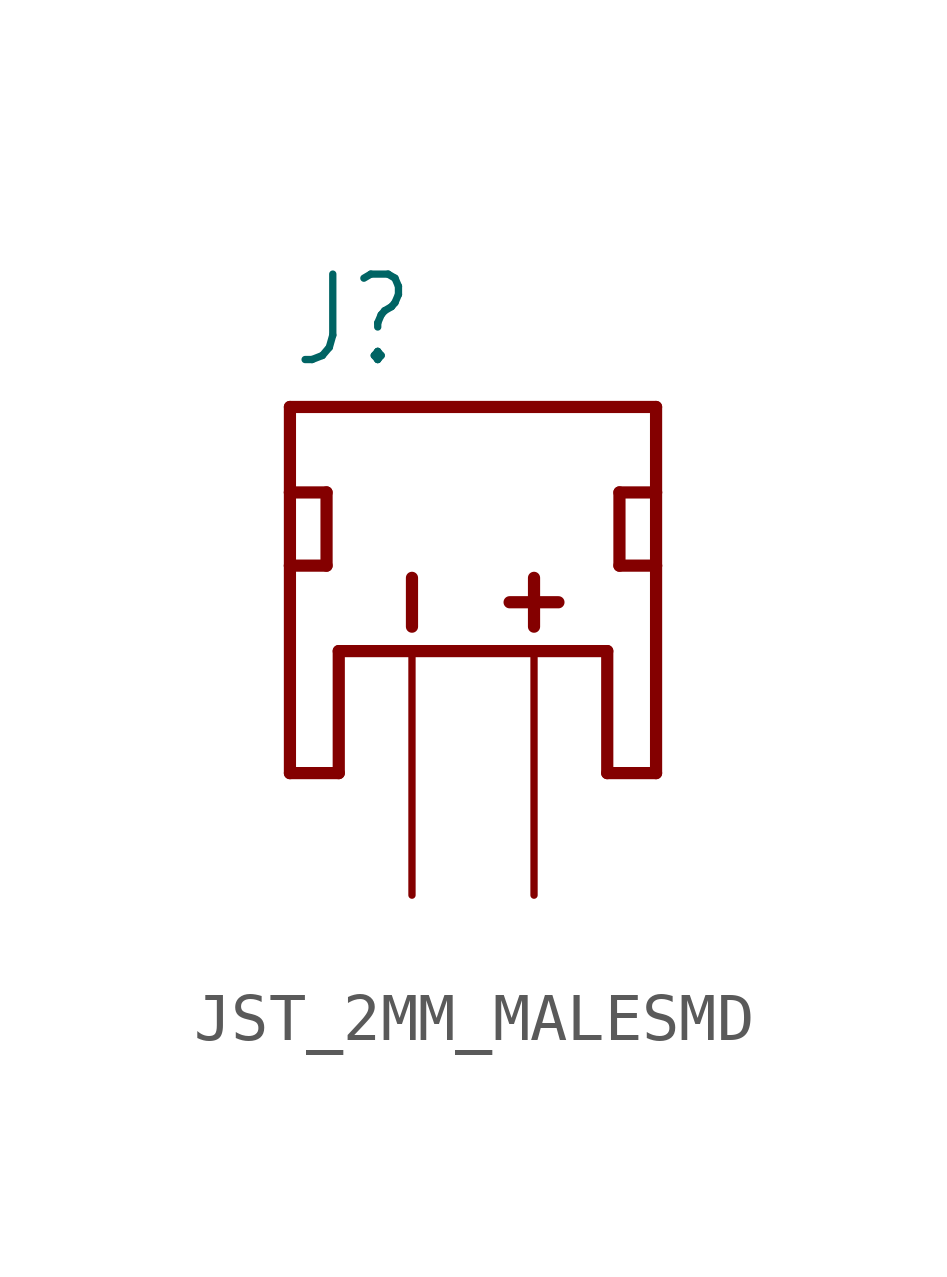
<source format=kicad_sym>
(kicad_symbol_lib
  (version 20211014)
  (generator kicad_symbol_editor)
  (symbol "JST_2MM_MALESMD"
    (property "Reference" "J"
      (at -2.54 5.842 0)
      (effects (font (size 1.778 1.511)) (justify left bottom)))
    (property "ki_locked" ""
      (at 0 0 0)
      (effects (font (size 1.27 1.27))))
    (symbol "JST_2MM_MALESMD_1_0"
      (polyline (pts (xy -2.54 -2.54) (xy -2.54 1.778)) (stroke (width 0.254) (type default) (color 0 0 0 0)) (fill (type none)))
      (polyline (pts (xy -2.54 -2.54) (xy -1.524 -2.54)) (stroke (width 0.254) (type default) (color 0 0 0 0)) (fill (type none)))
      (polyline (pts (xy -2.54 1.778) (xy -2.54 3.302)) (stroke (width 0.254) (type default) (color 0 0 0 0)) (fill (type none)))
      (polyline (pts (xy -2.54 1.778) (xy -1.778 1.778)) (stroke (width 0.254) (type default) (color 0 0 0 0)) (fill (type none)))
      (polyline (pts (xy -2.54 3.302) (xy -2.54 5.08)) (stroke (width 0.254) (type default) (color 0 0 0 0)) (fill (type none)))
      (polyline (pts (xy -2.54 5.08) (xy 5.08 5.08)) (stroke (width 0.254) (type default) (color 0 0 0 0)) (fill (type none)))
      (polyline (pts (xy -1.778 1.778) (xy -1.778 3.302)) (stroke (width 0.254) (type default) (color 0 0 0 0)) (fill (type none)))
      (polyline (pts (xy -1.778 3.302) (xy -2.54 3.302)) (stroke (width 0.254) (type default) (color 0 0 0 0)) (fill (type none)))
      (polyline (pts (xy -1.524 0) (xy -1.524 -2.54)) (stroke (width 0.254) (type default) (color 0 0 0 0)) (fill (type none)))
      (polyline (pts (xy 0 0.508) (xy 0 1.524)) (stroke (width 0.254) (type default) (color 0 0 0 0)) (fill (type none)))
      (polyline (pts (xy 2.032 1.016) (xy 3.048 1.016)) (stroke (width 0.254) (type default) (color 0 0 0 0)) (fill (type none)))
      (polyline (pts (xy 2.54 0.508) (xy 2.54 1.524)) (stroke (width 0.254) (type default) (color 0 0 0 0)) (fill (type none)))
      (polyline (pts (xy 4.064 -2.54) (xy 4.064 0)) (stroke (width 0.254) (type default) (color 0 0 0 0)) (fill (type none)))
      (polyline (pts (xy 4.064 0) (xy -1.524 0)) (stroke (width 0.254) (type default) (color 0 0 0 0)) (fill (type none)))
      (polyline (pts (xy 4.318 1.778) (xy 4.318 3.302)) (stroke (width 0.254) (type default) (color 0 0 0 0)) (fill (type none)))
      (polyline (pts (xy 4.318 3.302) (xy 5.08 3.302)) (stroke (width 0.254) (type default) (color 0 0 0 0)) (fill (type none)))
      (polyline (pts (xy 5.08 -2.54) (xy 4.064 -2.54)) (stroke (width 0.254) (type default) (color 0 0 0 0)) (fill (type none)))
      (polyline (pts (xy 5.08 1.778) (xy 4.318 1.778)) (stroke (width 0.254) (type default) (color 0 0 0 0)) (fill (type none)))
      (polyline (pts (xy 5.08 1.778) (xy 5.08 -2.54)) (stroke (width 0.254) (type default) (color 0 0 0 0)) (fill (type none)))
      (polyline (pts (xy 5.08 3.302) (xy 5.08 1.778)) (stroke (width 0.254) (type default) (color 0 0 0 0)) (fill (type none)))
      (polyline (pts (xy 5.08 5.08) (xy 5.08 3.302)) (stroke (width 0.254) (type default) (color 0 0 0 0)) (fill (type none)))
      (pin bidirectional line (at 0 -5.08 90) (length 5.08) (name "-" (effects (font (size 0 0)))) (number "1" (effects (font (size 0 0)))))
      (pin bidirectional line (at 2.54 -5.08 90) (length 5.08) (name "+" (effects (font (size 0 0)))) (number "2" (effects (font (size 0 0))))))))
</source>
